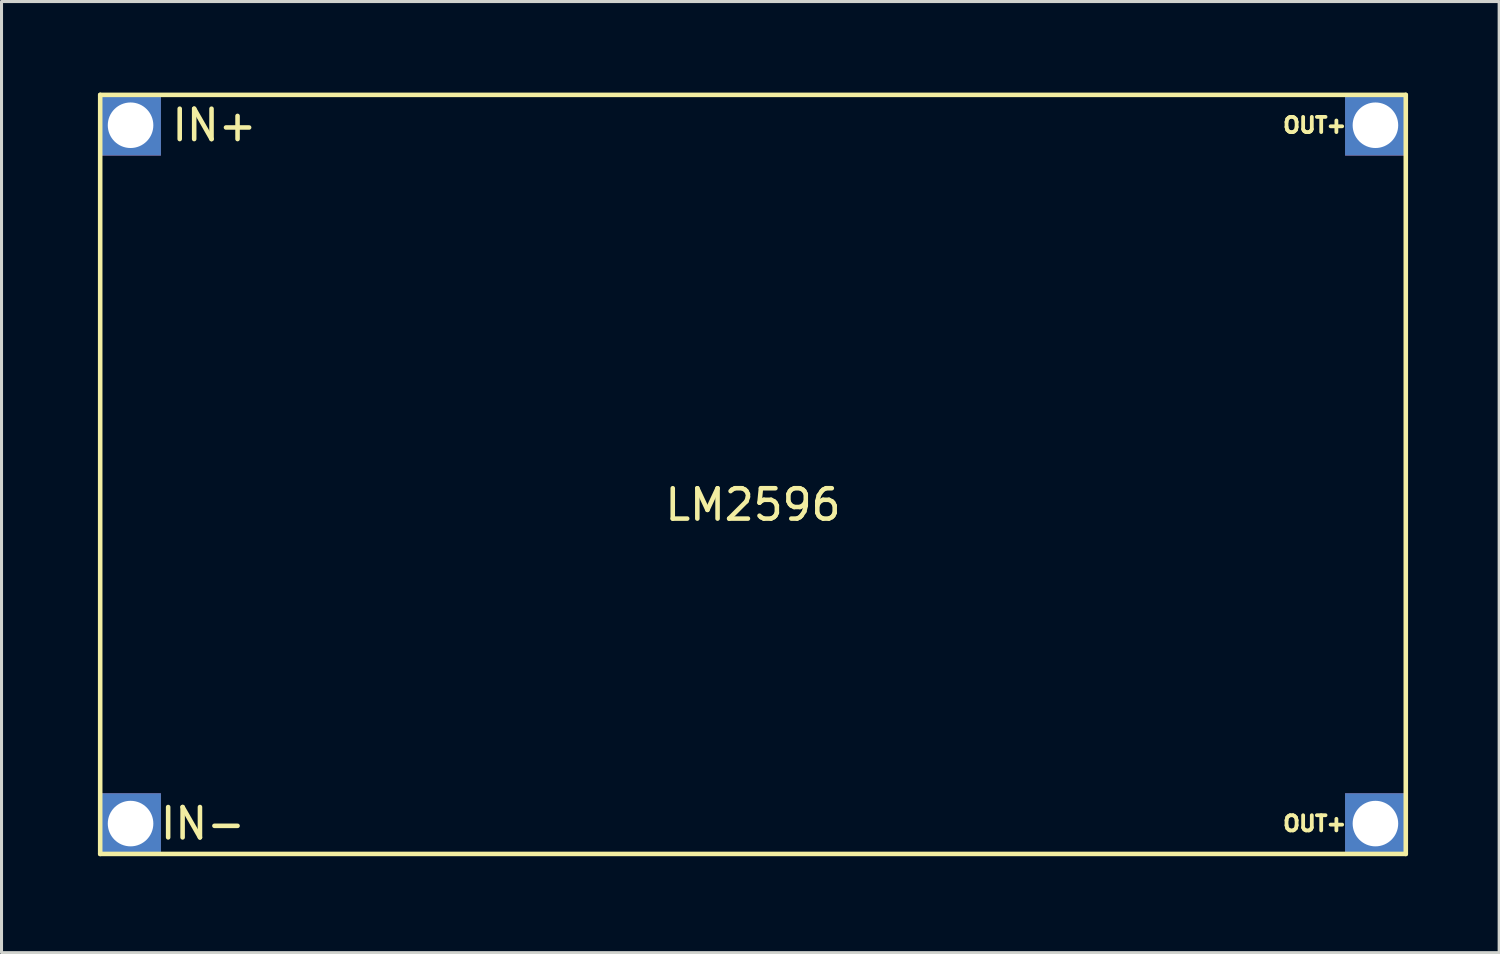
<source format=kicad_pcb>
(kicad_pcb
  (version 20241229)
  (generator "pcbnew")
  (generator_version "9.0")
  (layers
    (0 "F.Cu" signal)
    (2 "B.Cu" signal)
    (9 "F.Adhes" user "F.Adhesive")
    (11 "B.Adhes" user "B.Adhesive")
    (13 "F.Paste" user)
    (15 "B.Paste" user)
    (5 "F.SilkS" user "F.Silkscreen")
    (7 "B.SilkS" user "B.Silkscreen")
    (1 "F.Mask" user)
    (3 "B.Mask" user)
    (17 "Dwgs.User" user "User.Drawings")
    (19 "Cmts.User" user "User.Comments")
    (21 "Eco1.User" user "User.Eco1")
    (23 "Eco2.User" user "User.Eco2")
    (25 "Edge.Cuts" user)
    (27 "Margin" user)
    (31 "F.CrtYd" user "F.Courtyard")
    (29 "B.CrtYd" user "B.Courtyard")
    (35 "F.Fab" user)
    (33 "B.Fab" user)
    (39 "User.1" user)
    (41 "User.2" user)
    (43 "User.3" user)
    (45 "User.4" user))
  (footprint "LM2596"
    (layer "F.Cu")
    (at 0.25 25.075)
    (property "Reference" "LM2596" (at 21.5 -11.5 0) (layer "F.SilkS") (effects (font (size 1 1) (thickness 0.15))))
    (attr through_hole)
    (fp_line (start 0 -25) (end 43 -25) (stroke (width 0.15) (type solid)) (layer "F.SilkS"))
    (fp_line (start 0 0) (end 0 -25) (stroke (width 0.15) (type solid)) (layer "F.SilkS"))
    (fp_line (start 0 0) (end 43 0) (stroke (width 0.15) (type solid)) (layer "F.SilkS"))
    (fp_line (start 43 -25) (end 43 0) (stroke (width 0.15) (type solid)) (layer "F.SilkS"))
    (fp_text user "OUT+" (at 40 -1 0) (layer "F.SilkS") (effects (font (size 0.5 0.5) (thickness 0.125))))
    (fp_text user " IN-" (at 3 -1 0) (layer "F.SilkS") (effects (font (size 1 1) (thickness 0.15))))
    (fp_text user "OUT+" (at 40 -24 0) (layer "F.SilkS") (effects (font (size 0.5 0.5) (thickness 0.125))))
    (fp_text user "  IN+" (at 3 -24 0) (layer "F.SilkS") (effects (font (size 1 1) (thickness 0.15))))
    (pad "394" thru_hole rect (at 1 -24 270) (size 2 2) (drill 1.5) (layers "*.Cu" "*.Mask"))
    (pad "394" thru_hole rect (at 1 -1 270) (size 2 2) (drill 1.5) (layers "*.Cu" "*.Mask"))
    (pad "395" thru_hole rect (at 42 -24) (size 2 2) (drill 1.5) (layers "*.Cu" "*.Mask"))
    (pad "396" thru_hole rect (at 42 -1) (size 2 2) (drill 1.5) (layers "*.Cu" "*.Mask")))
  (gr_rect
    (start -3 -3)
    (end 46.325 28.325)
    (stroke (width 0.1) (type default))
    (fill no)
    (layer "Edge.Cuts")))
</source>
